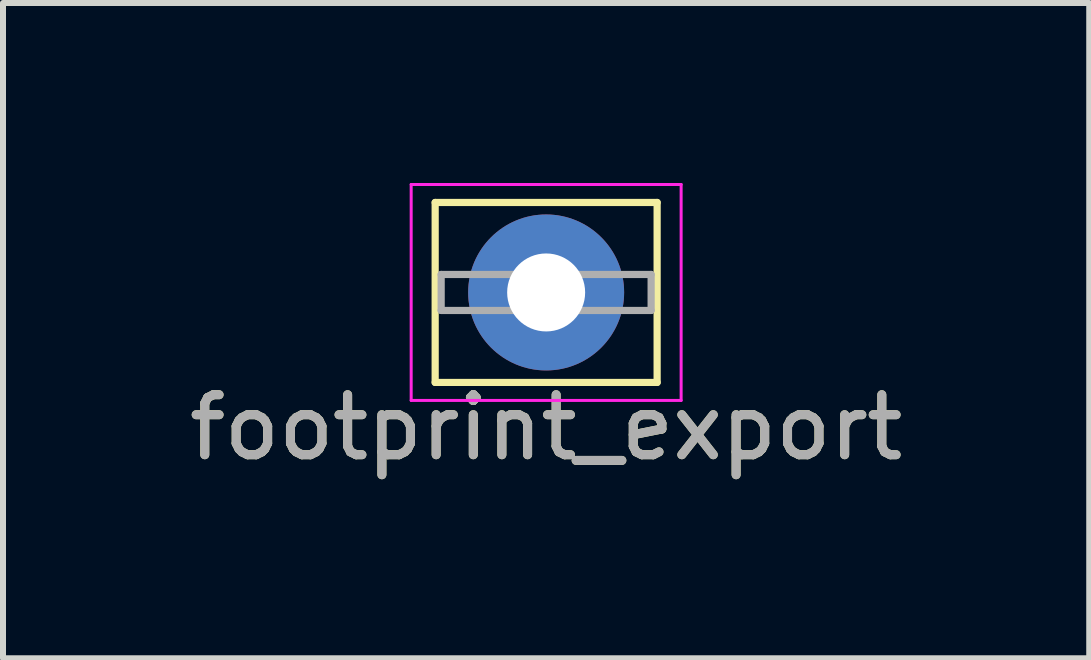
<source format=kicad_pcb>
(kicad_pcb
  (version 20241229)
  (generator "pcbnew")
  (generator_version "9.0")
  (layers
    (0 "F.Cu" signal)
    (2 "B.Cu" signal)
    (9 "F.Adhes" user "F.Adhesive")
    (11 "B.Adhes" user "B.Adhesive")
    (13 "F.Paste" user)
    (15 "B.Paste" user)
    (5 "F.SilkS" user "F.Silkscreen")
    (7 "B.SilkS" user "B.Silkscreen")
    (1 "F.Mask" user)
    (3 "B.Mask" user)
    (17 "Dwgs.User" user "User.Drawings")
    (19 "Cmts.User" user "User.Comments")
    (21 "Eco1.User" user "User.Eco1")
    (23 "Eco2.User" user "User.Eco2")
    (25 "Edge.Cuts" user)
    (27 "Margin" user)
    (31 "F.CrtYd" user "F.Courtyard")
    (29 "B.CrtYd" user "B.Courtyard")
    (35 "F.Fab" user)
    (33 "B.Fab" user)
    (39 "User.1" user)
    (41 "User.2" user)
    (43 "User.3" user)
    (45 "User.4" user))
  (footprint "footprint_export"
    (layer "F.Cu")
    (at 6.054 1.825)
    (property "Reference" "footprint_export" (at 0 2.25 0) (layer "F.SilkS") (effects (font (size 1 1) (thickness 0.15))))
    (attr through_hole)
    (fp_line (start -1.85 -1.5) (end -1.85 1.5) (stroke (width 0.12) (type solid)) (layer "F.SilkS"))
    (fp_line (start -1.85 -1.5) (end 1.85 -1.5) (stroke (width 0.12) (type solid)) (layer "F.SilkS"))
    (fp_line (start 1.85 -1.5) (end 1.85 1.5) (stroke (width 0.12) (type solid)) (layer "F.SilkS"))
    (fp_line (start 1.85 1.5) (end -1.85 1.5) (stroke (width 0.12) (type solid)) (layer "F.SilkS"))
    (fp_line (start -2.25 -1.8) (end -2.25 1.8) (stroke (width 0.05) (type solid)) (layer "F.CrtYd"))
    (fp_line (start -2.25 -1.8) (end 2.25 -1.8) (stroke (width 0.05) (type solid)) (layer "F.CrtYd"))
    (fp_line (start 2.25 1.8) (end -2.25 1.8) (stroke (width 0.05) (type solid)) (layer "F.CrtYd"))
    (fp_line (start 2.25 1.8) (end 2.25 -1.8) (stroke (width 0.05) (type solid)) (layer "F.CrtYd"))
    (fp_line (start -1.75 -0.3) (end 1.75 -0.3) (stroke (width 0.12) (type solid)) (layer "F.Fab"))
    (fp_line (start -1.75 0.3) (end -1.75 -0.3) (stroke (width 0.12) (type solid)) (layer "F.Fab"))
    (fp_line (start 1.75 -0.3) (end 1.75 0.3) (stroke (width 0.12) (type solid)) (layer "F.Fab"))
    (fp_line (start 1.75 0.3) (end -1.75 0.3) (stroke (width 0.12) (type solid)) (layer "F.Fab"))
    (fp_text user "${REFERENCE}" (at 0 2.25 0) (layer "F.Fab") (effects (font (size 1 1) (thickness 0.15))))
    (pad "1" thru_hole circle (at 0 0) (size 2.6 2.6) (drill 1.3) (layers "*.Cu" "*.Mask")))
  (gr_rect
    (start -3 -3)
    (end 15.107 7.923)
    (stroke (width 0.1) (type default))
    (fill no)
    (layer "Edge.Cuts")))
</source>
